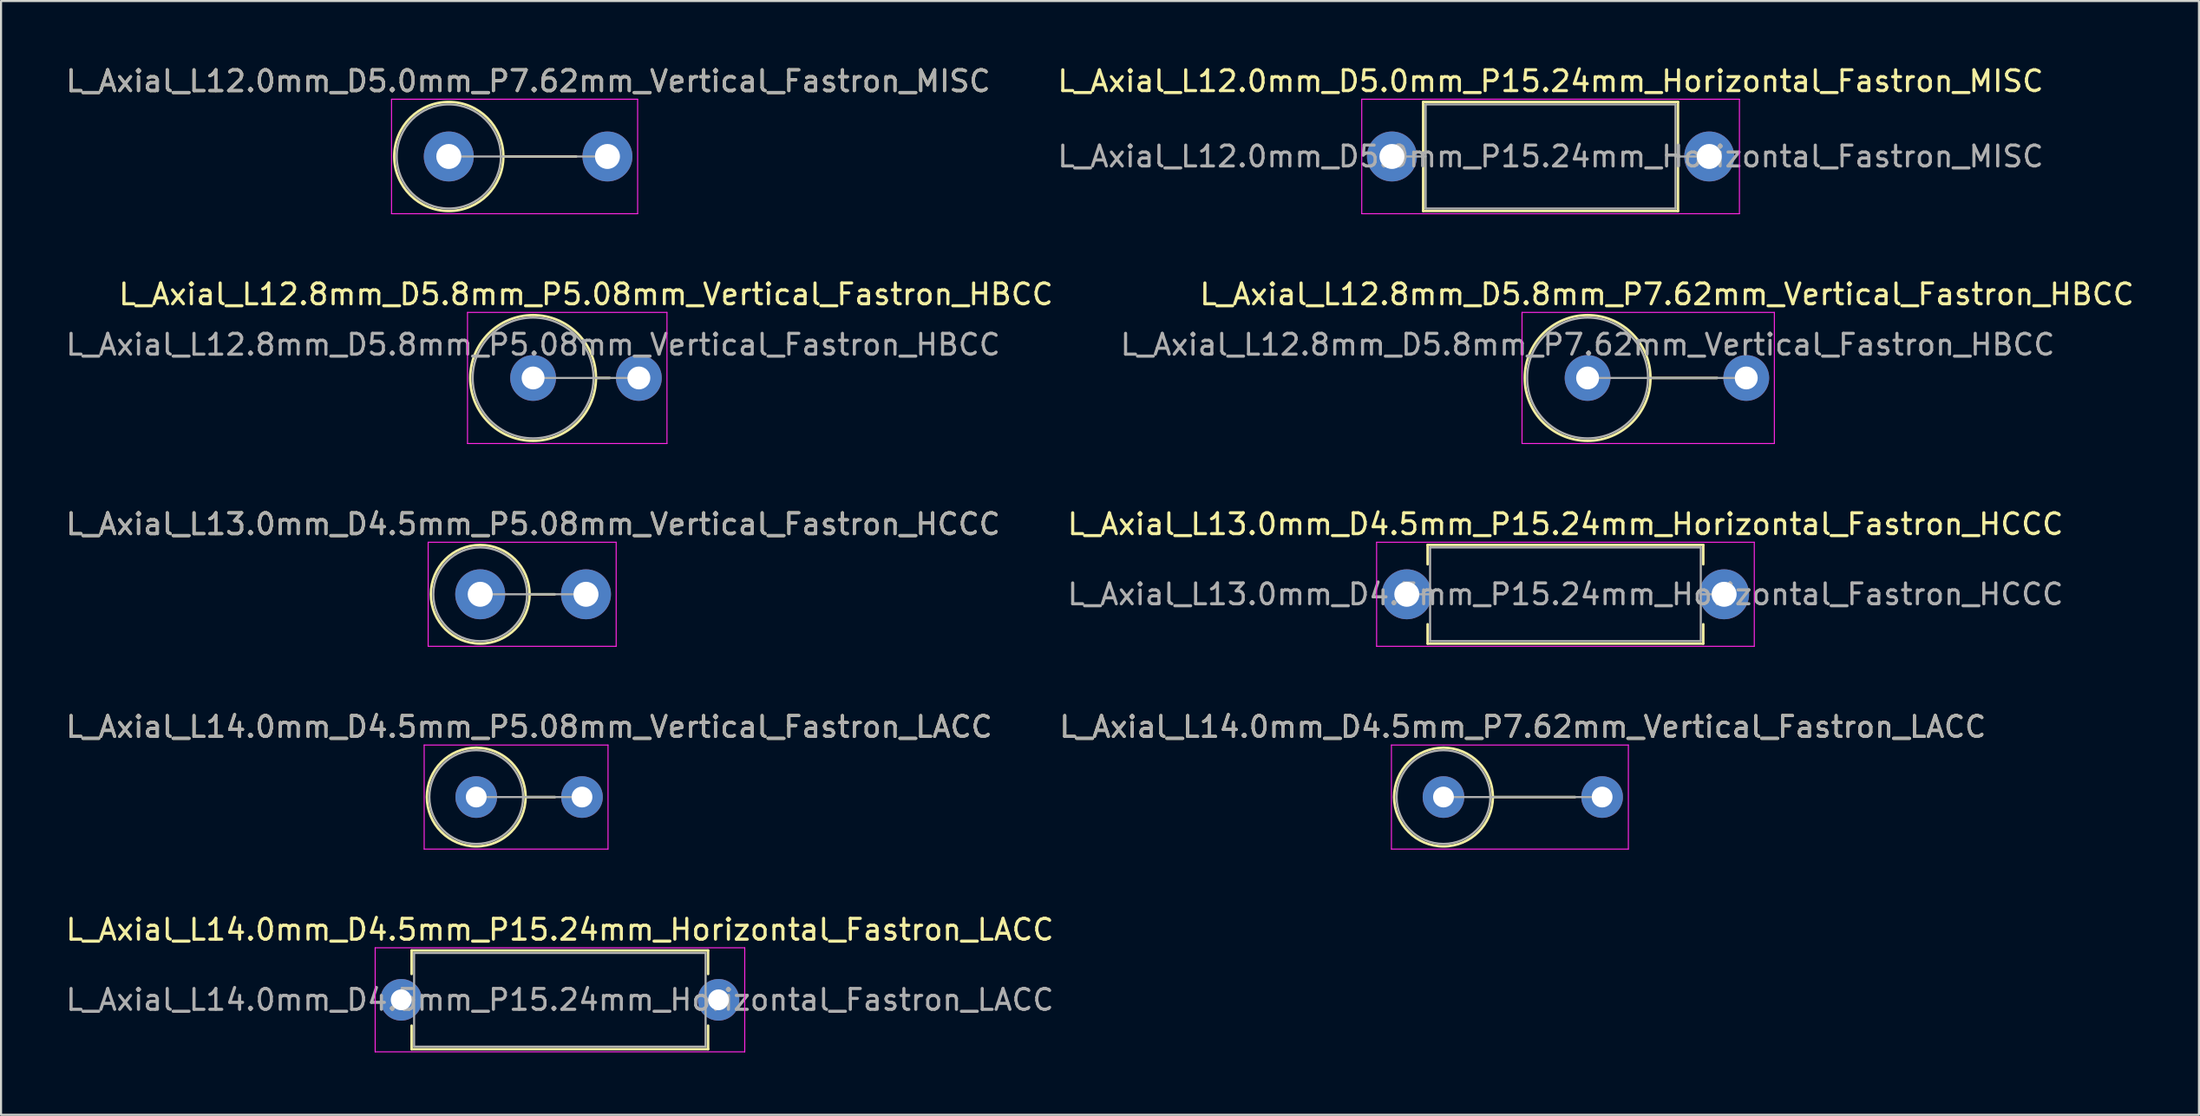
<source format=kicad_pcb>
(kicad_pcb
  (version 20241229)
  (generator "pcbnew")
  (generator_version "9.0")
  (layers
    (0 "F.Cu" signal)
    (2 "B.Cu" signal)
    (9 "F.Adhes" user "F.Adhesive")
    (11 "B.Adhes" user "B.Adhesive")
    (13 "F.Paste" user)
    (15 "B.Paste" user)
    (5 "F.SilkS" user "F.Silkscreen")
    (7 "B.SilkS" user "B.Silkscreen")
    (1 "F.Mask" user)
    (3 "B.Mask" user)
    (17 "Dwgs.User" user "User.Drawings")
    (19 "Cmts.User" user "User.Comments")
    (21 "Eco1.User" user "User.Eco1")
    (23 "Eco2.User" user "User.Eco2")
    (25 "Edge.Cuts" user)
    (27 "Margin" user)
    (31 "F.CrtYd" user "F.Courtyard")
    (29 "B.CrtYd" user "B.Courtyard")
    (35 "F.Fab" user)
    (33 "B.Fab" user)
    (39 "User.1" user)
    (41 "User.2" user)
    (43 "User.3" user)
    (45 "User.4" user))
  (footprint "L_Axial_L13.0mm_D4.5mm_P15.24mm_Horizontal_Fastron_HCCC"
    (layer "F.Cu")
    (at 64.517 25.505)
    (property "Reference" "L_Axial_L13.0mm_D4.5mm_P15.24mm_Horizontal_Fastron_HCCC" (at 7.62 -3.37 0) (layer "F.SilkS") (effects (font (size 1 1) (thickness 0.15))))
    (attr through_hole)
    (fp_line (start 1 -2.37) (end 14.24 -2.37) (stroke (width 0.12) (type solid)) (layer "F.SilkS"))
    (fp_line (start 1 -1.44) (end 1 -2.37) (stroke (width 0.12) (type solid)) (layer "F.SilkS"))
    (fp_line (start 1 1.44) (end 1 2.37) (stroke (width 0.12) (type solid)) (layer "F.SilkS"))
    (fp_line (start 1 2.37) (end 14.24 2.37) (stroke (width 0.12) (type solid)) (layer "F.SilkS"))
    (fp_line (start 14.24 -2.37) (end 14.24 -1.44) (stroke (width 0.12) (type solid)) (layer "F.SilkS"))
    (fp_line (start 14.24 2.37) (end 14.24 1.44) (stroke (width 0.12) (type solid)) (layer "F.SilkS"))
    (fp_line (start -1.45 -2.5) (end -1.45 2.5) (stroke (width 0.05) (type solid)) (layer "F.CrtYd"))
    (fp_line (start -1.45 2.5) (end 16.69 2.5) (stroke (width 0.05) (type solid)) (layer "F.CrtYd"))
    (fp_line (start 16.69 -2.5) (end -1.45 -2.5) (stroke (width 0.05) (type solid)) (layer "F.CrtYd"))
    (fp_line (start 16.69 2.5) (end 16.69 -2.5) (stroke (width 0.05) (type solid)) (layer "F.CrtYd"))
    (fp_line (start 0 0) (end 1.12 0) (stroke (width 0.1) (type solid)) (layer "F.Fab"))
    (fp_line (start 1.12 -2.25) (end 1.12 2.25) (stroke (width 0.1) (type solid)) (layer "F.Fab"))
    (fp_line (start 1.12 2.25) (end 14.12 2.25) (stroke (width 0.1) (type solid)) (layer "F.Fab"))
    (fp_line (start 14.12 -2.25) (end 1.12 -2.25) (stroke (width 0.1) (type solid)) (layer "F.Fab"))
    (fp_line (start 14.12 2.25) (end 14.12 -2.25) (stroke (width 0.1) (type solid)) (layer "F.Fab"))
    (fp_line (start 15.24 0) (end 14.12 0) (stroke (width 0.1) (type solid)) (layer "F.Fab"))
    (fp_text user "${REFERENCE}" (at 7.62 0 0) (layer "F.Fab") (effects (font (size 1 1) (thickness 0.15))))
    (pad "1" thru_hole circle (at 0 0) (size 2.4 2.4) (drill 1.2) (layers "*.Cu" "*.Mask"))
    (pad "2" thru_hole oval (at 15.24 0) (size 2.4 2.4) (drill 1.2) (layers "*.Cu" "*.Mask")))
  (footprint "L_Axial_L13.0mm_D4.5mm_P5.08mm_Vertical_Fastron_HCCC"
    (layer "F.Cu")
    (at 20.014 25.505)
    (property "Reference" "L_Axial_L13.0mm_D4.5mm_P5.08mm_Vertical_Fastron_HCCC" (at 2.54 -3.37 0) (layer "F.SilkS") (effects (font (size 1 1) (thickness 0.15))))
    (attr through_hole)
    (fp_line (start 2.37 0) (end 3.58 0) (stroke (width 0.12) (type solid)) (layer "F.SilkS"))
    (fp_circle (center 0 0) (end 2.37 0) (stroke (width 0.12) (type solid)) (fill no) (layer "F.SilkS"))
    (fp_line (start -2.5 -2.5) (end -2.5 2.5) (stroke (width 0.05) (type solid)) (layer "F.CrtYd"))
    (fp_line (start -2.5 2.5) (end 6.53 2.5) (stroke (width 0.05) (type solid)) (layer "F.CrtYd"))
    (fp_line (start 6.53 -2.5) (end -2.5 -2.5) (stroke (width 0.05) (type solid)) (layer "F.CrtYd"))
    (fp_line (start 6.53 2.5) (end 6.53 -2.5) (stroke (width 0.05) (type solid)) (layer "F.CrtYd"))
    (fp_line (start 0 0) (end 5.08 0) (stroke (width 0.1) (type solid)) (layer "F.Fab"))
    (fp_circle (center 0 0) (end 2.25 0) (stroke (width 0.1) (type solid)) (fill no) (layer "F.Fab"))
    (fp_text user "${REFERENCE}" (at 2.54 -3.37 0) (layer "F.Fab") (effects (font (size 1 1) (thickness 0.15))))
    (pad "1" thru_hole circle (at 0 0) (size 2.4 2.4) (drill 1.2) (layers "*.Cu" "*.Mask"))
    (pad "2" thru_hole oval (at 5.08 0) (size 2.4 2.4) (drill 1.2) (layers "*.Cu" "*.Mask")))
  (footprint "L_Axial_L12.0mm_D5.0mm_P15.24mm_Horizontal_Fastron_MISC"
    (layer "F.Cu")
    (at 63.803 4.468)
    (property "Reference" "L_Axial_L12.0mm_D5.0mm_P15.24mm_Horizontal_Fastron_MISC" (at 7.62 -3.62 0) (layer "F.SilkS") (effects (font (size 1 1) (thickness 0.15))))
    (attr through_hole)
    (fp_line (start 1.44 0) (end 1.5 0) (stroke (width 0.12) (type solid)) (layer "F.SilkS"))
    (fp_line (start 1.5 -2.62) (end 1.5 2.62) (stroke (width 0.12) (type solid)) (layer "F.SilkS"))
    (fp_line (start 1.5 2.62) (end 13.74 2.62) (stroke (width 0.12) (type solid)) (layer "F.SilkS"))
    (fp_line (start 13.74 -2.62) (end 1.5 -2.62) (stroke (width 0.12) (type solid)) (layer "F.SilkS"))
    (fp_line (start 13.74 2.62) (end 13.74 -2.62) (stroke (width 0.12) (type solid)) (layer "F.SilkS"))
    (fp_line (start 13.8 0) (end 13.74 0) (stroke (width 0.12) (type solid)) (layer "F.SilkS"))
    (fp_line (start -1.45 -2.75) (end -1.45 2.75) (stroke (width 0.05) (type solid)) (layer "F.CrtYd"))
    (fp_line (start -1.45 2.75) (end 16.69 2.75) (stroke (width 0.05) (type solid)) (layer "F.CrtYd"))
    (fp_line (start 16.69 -2.75) (end -1.45 -2.75) (stroke (width 0.05) (type solid)) (layer "F.CrtYd"))
    (fp_line (start 16.69 2.75) (end 16.69 -2.75) (stroke (width 0.05) (type solid)) (layer "F.CrtYd"))
    (fp_line (start 0 0) (end 1.62 0) (stroke (width 0.1) (type solid)) (layer "F.Fab"))
    (fp_line (start 1.62 -2.5) (end 1.62 2.5) (stroke (width 0.1) (type solid)) (layer "F.Fab"))
    (fp_line (start 1.62 2.5) (end 13.62 2.5) (stroke (width 0.1) (type solid)) (layer "F.Fab"))
    (fp_line (start 13.62 -2.5) (end 1.62 -2.5) (stroke (width 0.1) (type solid)) (layer "F.Fab"))
    (fp_line (start 13.62 2.5) (end 13.62 -2.5) (stroke (width 0.1) (type solid)) (layer "F.Fab"))
    (fp_line (start 15.24 0) (end 13.62 0) (stroke (width 0.1) (type solid)) (layer "F.Fab"))
    (fp_text user "${REFERENCE}" (at 7.62 0 0) (layer "F.Fab") (effects (font (size 1 1) (thickness 0.15))))
    (pad "1" thru_hole circle (at 0 0) (size 2.4 2.4) (drill 1.2) (layers "*.Cu" "*.Mask"))
    (pad "2" thru_hole oval (at 15.24 0) (size 2.4 2.4) (drill 1.2) (layers "*.Cu" "*.Mask")))
  (footprint "L_Axial_L12.0mm_D5.0mm_P7.62mm_Vertical_Fastron_MISC"
    (layer "F.Cu")
    (at 18.505 4.468)
    (property "Reference" "L_Axial_L12.0mm_D5.0mm_P7.62mm_Vertical_Fastron_MISC" (at 3.81 -3.62 0) (layer "F.SilkS") (effects (font (size 1 1) (thickness 0.15))))
    (attr through_hole)
    (fp_line (start 2.62 0) (end 6.12 0) (stroke (width 0.12) (type solid)) (layer "F.SilkS"))
    (fp_circle (center 0 0) (end 2.62 0) (stroke (width 0.12) (type solid)) (fill no) (layer "F.SilkS"))
    (fp_line (start -2.75 -2.75) (end -2.75 2.75) (stroke (width 0.05) (type solid)) (layer "F.CrtYd"))
    (fp_line (start -2.75 2.75) (end 9.07 2.75) (stroke (width 0.05) (type solid)) (layer "F.CrtYd"))
    (fp_line (start 9.07 -2.75) (end -2.75 -2.75) (stroke (width 0.05) (type solid)) (layer "F.CrtYd"))
    (fp_line (start 9.07 2.75) (end 9.07 -2.75) (stroke (width 0.05) (type solid)) (layer "F.CrtYd"))
    (fp_line (start 0 0) (end 7.62 0) (stroke (width 0.1) (type solid)) (layer "F.Fab"))
    (fp_circle (center 0 0) (end 2.5 0) (stroke (width 0.1) (type solid)) (fill no) (layer "F.Fab"))
    (fp_text user "${REFERENCE}" (at 3.81 -3.62 0) (layer "F.Fab") (effects (font (size 1 1) (thickness 0.15))))
    (pad "1" thru_hole circle (at 0 0) (size 2.4 2.4) (drill 1.2) (layers "*.Cu" "*.Mask"))
    (pad "2" thru_hole oval (at 7.62 0) (size 2.4 2.4) (drill 1.2) (layers "*.Cu" "*.Mask")))
  (footprint "L_Axial_L14.0mm_D4.5mm_P5.08mm_Vertical_Fastron_LACC"
    (layer "F.Cu")
    (at 19.823 35.248)
    (property "Reference" "L_Axial_L14.0mm_D4.5mm_P5.08mm_Vertical_Fastron_LACC" (at 2.54 -3.37 0) (layer "F.SilkS") (effects (font (size 1 1) (thickness 0.15))))
    (attr through_hole)
    (fp_line (start 2.37 0) (end 3.78 0) (stroke (width 0.12) (type solid)) (layer "F.SilkS"))
    (fp_circle (center 0 0) (end 2.37 0) (stroke (width 0.12) (type solid)) (fill no) (layer "F.SilkS"))
    (fp_line (start -2.5 -2.5) (end -2.5 2.5) (stroke (width 0.05) (type solid)) (layer "F.CrtYd"))
    (fp_line (start -2.5 2.5) (end 6.33 2.5) (stroke (width 0.05) (type solid)) (layer "F.CrtYd"))
    (fp_line (start 6.33 -2.5) (end -2.5 -2.5) (stroke (width 0.05) (type solid)) (layer "F.CrtYd"))
    (fp_line (start 6.33 2.5) (end 6.33 -2.5) (stroke (width 0.05) (type solid)) (layer "F.CrtYd"))
    (fp_line (start 0 0) (end 5.08 0) (stroke (width 0.1) (type solid)) (layer "F.Fab"))
    (fp_circle (center 0 0) (end 2.25 0) (stroke (width 0.1) (type solid)) (fill no) (layer "F.Fab"))
    (fp_text user "${REFERENCE}" (at 2.54 -3.37 0) (layer "F.Fab") (effects (font (size 1 1) (thickness 0.15))))
    (pad "1" thru_hole circle (at 0 0) (size 2 2) (drill 1) (layers "*.Cu" "*.Mask"))
    (pad "2" thru_hole oval (at 5.08 0) (size 2 2) (drill 1) (layers "*.Cu" "*.Mask")))
  (footprint "L_Axial_L14.0mm_D4.5mm_P7.62mm_Vertical_Fastron_LACC"
    (layer "F.Cu")
    (at 66.279 35.248)
    (property "Reference" "L_Axial_L14.0mm_D4.5mm_P7.62mm_Vertical_Fastron_LACC" (at 3.81 -3.37 0) (layer "F.SilkS") (effects (font (size 1 1) (thickness 0.15))))
    (attr through_hole)
    (fp_line (start 2.37 0) (end 6.32 0) (stroke (width 0.12) (type solid)) (layer "F.SilkS"))
    (fp_circle (center 0 0) (end 2.37 0) (stroke (width 0.12) (type solid)) (fill no) (layer "F.SilkS"))
    (fp_line (start -2.5 -2.5) (end -2.5 2.5) (stroke (width 0.05) (type solid)) (layer "F.CrtYd"))
    (fp_line (start -2.5 2.5) (end 8.88 2.5) (stroke (width 0.05) (type solid)) (layer "F.CrtYd"))
    (fp_line (start 8.88 -2.5) (end -2.5 -2.5) (stroke (width 0.05) (type solid)) (layer "F.CrtYd"))
    (fp_line (start 8.88 2.5) (end 8.88 -2.5) (stroke (width 0.05) (type solid)) (layer "F.CrtYd"))
    (fp_line (start 0 0) (end 7.62 0) (stroke (width 0.1) (type solid)) (layer "F.Fab"))
    (fp_circle (center 0 0) (end 2.25 0) (stroke (width 0.1) (type solid)) (fill no) (layer "F.Fab"))
    (fp_text user "${REFERENCE}" (at 3.81 -3.37 0) (layer "F.Fab") (effects (font (size 1 1) (thickness 0.15))))
    (pad "1" thru_hole circle (at 0 0) (size 2 2) (drill 1) (layers "*.Cu" "*.Mask"))
    (pad "2" thru_hole oval (at 7.62 0) (size 2 2) (drill 1) (layers "*.Cu" "*.Mask")))
  (footprint "L_Axial_L12.8mm_D5.8mm_P5.08mm_Vertical_Fastron_HBCC"
    (layer "F.Cu")
    (at 22.554 15.111)
    (property "Reference" "L_Axial_L12.8mm_D5.8mm_P5.08mm_Vertical_Fastron_HBCC" (at 2.54 -4.02 0) (layer "F.SilkS") (effects (font (size 1 1) (thickness 0.15))))
    (attr through_hole)
    (fp_line (start 3.02 0) (end 3.68 0) (stroke (width 0.12) (type solid)) (layer "F.SilkS"))
    (fp_circle (center 0 0) (end 3.02 0) (stroke (width 0.12) (type solid)) (fill no) (layer "F.SilkS"))
    (fp_line (start -3.15 -3.15) (end -3.15 3.15) (stroke (width 0.05) (type solid)) (layer "F.CrtYd"))
    (fp_line (start -3.15 3.15) (end 6.43 3.15) (stroke (width 0.05) (type solid)) (layer "F.CrtYd"))
    (fp_line (start 6.43 -3.15) (end -3.15 -3.15) (stroke (width 0.05) (type solid)) (layer "F.CrtYd"))
    (fp_line (start 6.43 3.15) (end 6.43 -3.15) (stroke (width 0.05) (type solid)) (layer "F.CrtYd"))
    (fp_line (start 0 0) (end 5.08 0) (stroke (width 0.1) (type solid)) (layer "F.Fab"))
    (fp_circle (center 0 0) (end 2.9 0) (stroke (width 0.1) (type solid)) (fill no) (layer "F.Fab"))
    (fp_text user "${REFERENCE}" (at 0 -1.6 0) (layer "F.Fab") (effects (font (size 1 1) (thickness 0.15))))
    (pad "1" thru_hole circle (at 0 0) (size 2.2 2.2) (drill 1.1) (layers "*.Cu" "*.Mask"))
    (pad "2" thru_hole oval (at 5.08 0) (size 2.2 2.2) (drill 1.1) (layers "*.Cu" "*.Mask")))
  (footprint "L_Axial_L12.8mm_D5.8mm_P7.62mm_Vertical_Fastron_HBCC"
    (layer "F.Cu")
    (at 73.201 15.111)
    (property "Reference" "L_Axial_L12.8mm_D5.8mm_P7.62mm_Vertical_Fastron_HBCC" (at 3.81 -4.02 0) (layer "F.SilkS") (effects (font (size 1 1) (thickness 0.15))))
    (attr through_hole)
    (fp_line (start 3.02 0) (end 6.22 0) (stroke (width 0.12) (type solid)) (layer "F.SilkS"))
    (fp_circle (center 0 0) (end 3.02 0) (stroke (width 0.12) (type solid)) (fill no) (layer "F.SilkS"))
    (fp_line (start -3.15 -3.15) (end -3.15 3.15) (stroke (width 0.05) (type solid)) (layer "F.CrtYd"))
    (fp_line (start -3.15 3.15) (end 8.97 3.15) (stroke (width 0.05) (type solid)) (layer "F.CrtYd"))
    (fp_line (start 8.97 -3.15) (end -3.15 -3.15) (stroke (width 0.05) (type solid)) (layer "F.CrtYd"))
    (fp_line (start 8.97 3.15) (end 8.97 -3.15) (stroke (width 0.05) (type solid)) (layer "F.CrtYd"))
    (fp_line (start 0 0) (end 7.62 0) (stroke (width 0.1) (type solid)) (layer "F.Fab"))
    (fp_circle (center 0 0) (end 2.9 0) (stroke (width 0.1) (type solid)) (fill no) (layer "F.Fab"))
    (fp_text user "${REFERENCE}" (at 0 -1.6 0) (layer "F.Fab") (effects (font (size 1 1) (thickness 0.15))))
    (pad "1" thru_hole circle (at 0 0) (size 2.2 2.2) (drill 1.1) (layers "*.Cu" "*.Mask"))
    (pad "2" thru_hole oval (at 7.62 0) (size 2.2 2.2) (drill 1.1) (layers "*.Cu" "*.Mask")))
  (footprint "L_Axial_L14.0mm_D4.5mm_P15.24mm_Horizontal_Fastron_LACC"
    (layer "F.Cu")
    (at 16.219 44.991)
    (property "Reference" "L_Axial_L14.0mm_D4.5mm_P15.24mm_Horizontal_Fastron_LACC" (at 7.62 -3.37 0) (layer "F.SilkS") (effects (font (size 1 1) (thickness 0.15))))
    (attr through_hole)
    (fp_line (start 0.5 -2.37) (end 14.74 -2.37) (stroke (width 0.12) (type solid)) (layer "F.SilkS"))
    (fp_line (start 0.5 -1.24) (end 0.5 -2.37) (stroke (width 0.12) (type solid)) (layer "F.SilkS"))
    (fp_line (start 0.5 1.24) (end 0.5 2.37) (stroke (width 0.12) (type solid)) (layer "F.SilkS"))
    (fp_line (start 0.5 2.37) (end 14.74 2.37) (stroke (width 0.12) (type solid)) (layer "F.SilkS"))
    (fp_line (start 14.74 -2.37) (end 14.74 -1.24) (stroke (width 0.12) (type solid)) (layer "F.SilkS"))
    (fp_line (start 14.74 2.37) (end 14.74 1.24) (stroke (width 0.12) (type solid)) (layer "F.SilkS"))
    (fp_line (start -1.25 -2.5) (end -1.25 2.5) (stroke (width 0.05) (type solid)) (layer "F.CrtYd"))
    (fp_line (start -1.25 2.5) (end 16.5 2.5) (stroke (width 0.05) (type solid)) (layer "F.CrtYd"))
    (fp_line (start 16.5 -2.5) (end -1.25 -2.5) (stroke (width 0.05) (type solid)) (layer "F.CrtYd"))
    (fp_line (start 16.5 2.5) (end 16.5 -2.5) (stroke (width 0.05) (type solid)) (layer "F.CrtYd"))
    (fp_line (start 0 0) (end 0.62 0) (stroke (width 0.1) (type solid)) (layer "F.Fab"))
    (fp_line (start 0.62 -2.25) (end 0.62 2.25) (stroke (width 0.1) (type solid)) (layer "F.Fab"))
    (fp_line (start 0.62 2.25) (end 14.62 2.25) (stroke (width 0.1) (type solid)) (layer "F.Fab"))
    (fp_line (start 14.62 -2.25) (end 0.62 -2.25) (stroke (width 0.1) (type solid)) (layer "F.Fab"))
    (fp_line (start 14.62 2.25) (end 14.62 -2.25) (stroke (width 0.1) (type solid)) (layer "F.Fab"))
    (fp_line (start 15.24 0) (end 14.62 0) (stroke (width 0.1) (type solid)) (layer "F.Fab"))
    (fp_text user "${REFERENCE}" (at 7.62 0 0) (layer "F.Fab") (effects (font (size 1 1) (thickness 0.15))))
    (pad "1" thru_hole circle (at 0 0) (size 2 2) (drill 1) (layers "*.Cu" "*.Mask"))
    (pad "2" thru_hole oval (at 15.24 0) (size 2 2) (drill 1) (layers "*.Cu" "*.Mask")))
  (gr_rect
    (start -3 -3)
    (end 102.564 50.516)
    (stroke (width 0.1) (type default))
    (fill no)
    (layer "Edge.Cuts")))
</source>
